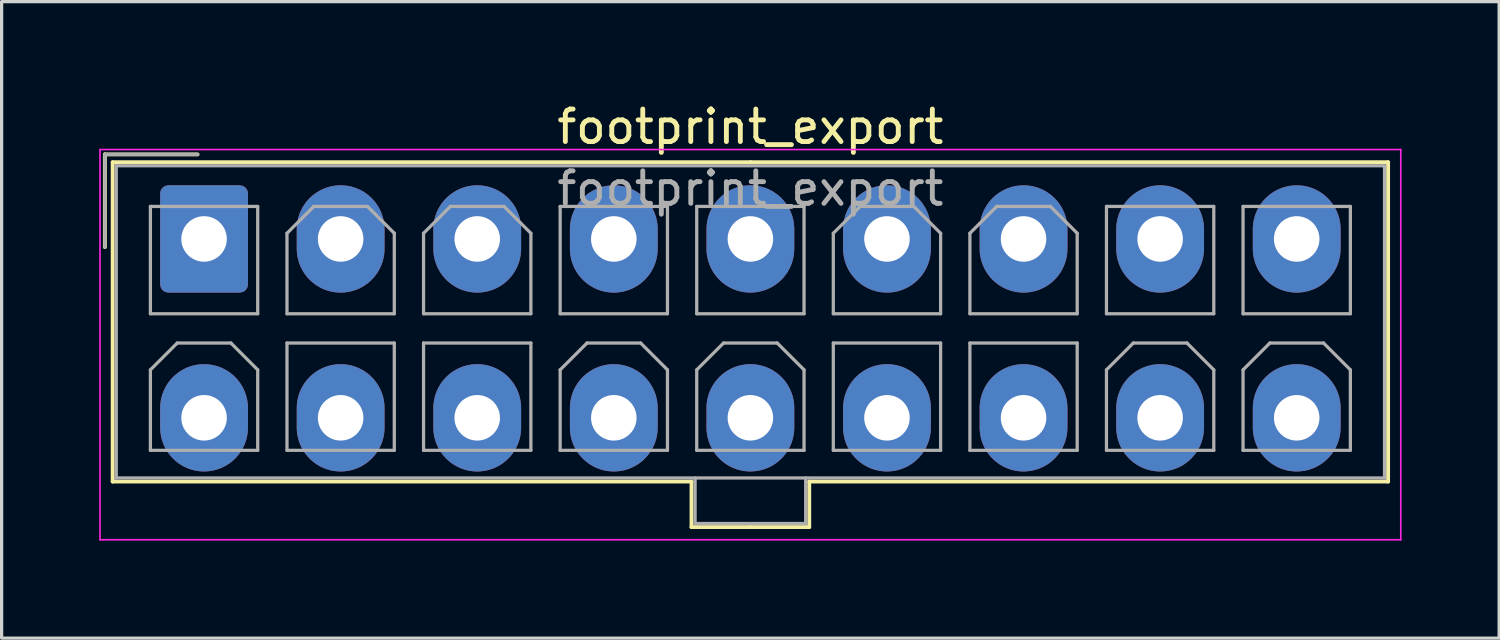
<source format=kicad_pcb>
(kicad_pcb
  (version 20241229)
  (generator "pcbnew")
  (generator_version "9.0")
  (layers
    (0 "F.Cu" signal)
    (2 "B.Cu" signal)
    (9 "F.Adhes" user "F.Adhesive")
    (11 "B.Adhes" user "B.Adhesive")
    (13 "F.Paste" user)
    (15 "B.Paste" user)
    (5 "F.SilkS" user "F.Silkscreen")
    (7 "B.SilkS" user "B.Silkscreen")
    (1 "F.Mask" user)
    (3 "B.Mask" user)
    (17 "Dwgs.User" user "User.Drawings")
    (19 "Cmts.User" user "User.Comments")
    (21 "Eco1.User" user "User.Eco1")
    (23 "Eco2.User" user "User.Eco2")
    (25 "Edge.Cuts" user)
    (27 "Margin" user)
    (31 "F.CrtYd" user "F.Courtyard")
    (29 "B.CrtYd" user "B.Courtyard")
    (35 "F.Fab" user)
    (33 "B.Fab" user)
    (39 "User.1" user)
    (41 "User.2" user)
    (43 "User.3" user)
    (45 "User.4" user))
  (footprint "footprint_export"
    (layer "F.Cu")
    (at 3.225 4.298)
    (property "Reference" "footprint_export" (at 16.8 -3.45 0) (layer "F.SilkS") (effects (font (size 1 1) (thickness 0.15))))
    (attr through_hole)
    (fp_line (start -3.05 -2.6) (end -3.05 0.25) (stroke (width 0.12) (type solid)) (layer "F.SilkS"))
    (fp_line (start -2.81 -2.36) (end -2.81 7.46) (stroke (width 0.12) (type solid)) (layer "F.SilkS"))
    (fp_line (start -2.81 7.46) (end 14.99 7.46) (stroke (width 0.12) (type solid)) (layer "F.SilkS"))
    (fp_line (start -0.2 -2.6) (end -3.05 -2.6) (stroke (width 0.12) (type solid)) (layer "F.SilkS"))
    (fp_line (start 14.99 7.46) (end 14.99 8.86) (stroke (width 0.12) (type solid)) (layer "F.SilkS"))
    (fp_line (start 14.99 8.86) (end 16.8 8.86) (stroke (width 0.12) (type solid)) (layer "F.SilkS"))
    (fp_line (start 16.8 -2.36) (end -2.81 -2.36) (stroke (width 0.12) (type solid)) (layer "F.SilkS"))
    (fp_line (start 16.8 -2.36) (end 36.41 -2.36) (stroke (width 0.12) (type solid)) (layer "F.SilkS"))
    (fp_line (start 18.61 7.46) (end 18.61 8.86) (stroke (width 0.12) (type solid)) (layer "F.SilkS"))
    (fp_line (start 18.61 8.86) (end 16.8 8.86) (stroke (width 0.12) (type solid)) (layer "F.SilkS"))
    (fp_line (start 36.41 -2.36) (end 36.41 7.46) (stroke (width 0.12) (type solid)) (layer "F.SilkS"))
    (fp_line (start 36.41 7.46) (end 18.61 7.46) (stroke (width 0.12) (type solid)) (layer "F.SilkS"))
    (fp_line (start -3.2 -2.75) (end -3.2 9.25) (stroke (width 0.05) (type solid)) (layer "F.CrtYd"))
    (fp_line (start -3.2 9.25) (end 36.8 9.25) (stroke (width 0.05) (type solid)) (layer "F.CrtYd"))
    (fp_line (start 36.8 -2.75) (end -3.2 -2.75) (stroke (width 0.05) (type solid)) (layer "F.CrtYd"))
    (fp_line (start 36.8 9.25) (end 36.8 -2.75) (stroke (width 0.05) (type solid)) (layer "F.CrtYd"))
    (fp_line (start -3.05 -2.6) (end -3.05 0.25) (stroke (width 0.1) (type solid)) (layer "F.Fab"))
    (fp_line (start -2.7 -2.25) (end -2.7 7.35) (stroke (width 0.1) (type solid)) (layer "F.Fab"))
    (fp_line (start -2.7 7.35) (end 36.3 7.35) (stroke (width 0.1) (type solid)) (layer "F.Fab"))
    (fp_line (start -1.65 -1) (end -1.65 2.3) (stroke (width 0.1) (type solid)) (layer "F.Fab"))
    (fp_line (start -1.65 2.3) (end 1.65 2.3) (stroke (width 0.1) (type solid)) (layer "F.Fab"))
    (fp_line (start -1.65 4.025) (end -0.825 3.2) (stroke (width 0.1) (type solid)) (layer "F.Fab"))
    (fp_line (start -1.65 6.5) (end -1.65 4.025) (stroke (width 0.1) (type solid)) (layer "F.Fab"))
    (fp_line (start -0.825 3.2) (end 0.825 3.2) (stroke (width 0.1) (type solid)) (layer "F.Fab"))
    (fp_line (start -0.2 -2.6) (end -3.05 -2.6) (stroke (width 0.1) (type solid)) (layer "F.Fab"))
    (fp_line (start 0.825 3.2) (end 1.65 4.025) (stroke (width 0.1) (type solid)) (layer "F.Fab"))
    (fp_line (start 1.65 -1) (end -1.65 -1) (stroke (width 0.1) (type solid)) (layer "F.Fab"))
    (fp_line (start 1.65 2.3) (end 1.65 -1) (stroke (width 0.1) (type solid)) (layer "F.Fab"))
    (fp_line (start 1.65 4.025) (end 1.65 6.5) (stroke (width 0.1) (type solid)) (layer "F.Fab"))
    (fp_line (start 1.65 6.5) (end -1.65 6.5) (stroke (width 0.1) (type solid)) (layer "F.Fab"))
    (fp_line (start 2.55 -0.175) (end 3.375 -1) (stroke (width 0.1) (type solid)) (layer "F.Fab"))
    (fp_line (start 2.55 2.3) (end 2.55 -0.175) (stroke (width 0.1) (type solid)) (layer "F.Fab"))
    (fp_line (start 2.55 3.2) (end 2.55 6.5) (stroke (width 0.1) (type solid)) (layer "F.Fab"))
    (fp_line (start 2.55 6.5) (end 5.85 6.5) (stroke (width 0.1) (type solid)) (layer "F.Fab"))
    (fp_line (start 3.375 -1) (end 5.025 -1) (stroke (width 0.1) (type solid)) (layer "F.Fab"))
    (fp_line (start 5.025 -1) (end 5.85 -0.175) (stroke (width 0.1) (type solid)) (layer "F.Fab"))
    (fp_line (start 5.85 -0.175) (end 5.85 2.3) (stroke (width 0.1) (type solid)) (layer "F.Fab"))
    (fp_line (start 5.85 2.3) (end 2.55 2.3) (stroke (width 0.1) (type solid)) (layer "F.Fab"))
    (fp_line (start 5.85 3.2) (end 2.55 3.2) (stroke (width 0.1) (type solid)) (layer "F.Fab"))
    (fp_line (start 5.85 6.5) (end 5.85 3.2) (stroke (width 0.1) (type solid)) (layer "F.Fab"))
    (fp_line (start 6.75 -0.175) (end 7.575 -1) (stroke (width 0.1) (type solid)) (layer "F.Fab"))
    (fp_line (start 6.75 2.3) (end 6.75 -0.175) (stroke (width 0.1) (type solid)) (layer "F.Fab"))
    (fp_line (start 6.75 3.2) (end 6.75 6.5) (stroke (width 0.1) (type solid)) (layer "F.Fab"))
    (fp_line (start 6.75 6.5) (end 10.05 6.5) (stroke (width 0.1) (type solid)) (layer "F.Fab"))
    (fp_line (start 7.575 -1) (end 9.225 -1) (stroke (width 0.1) (type solid)) (layer "F.Fab"))
    (fp_line (start 9.225 -1) (end 10.05 -0.175) (stroke (width 0.1) (type solid)) (layer "F.Fab"))
    (fp_line (start 10.05 -0.175) (end 10.05 2.3) (stroke (width 0.1) (type solid)) (layer "F.Fab"))
    (fp_line (start 10.05 2.3) (end 6.75 2.3) (stroke (width 0.1) (type solid)) (layer "F.Fab"))
    (fp_line (start 10.05 3.2) (end 6.75 3.2) (stroke (width 0.1) (type solid)) (layer "F.Fab"))
    (fp_line (start 10.05 6.5) (end 10.05 3.2) (stroke (width 0.1) (type solid)) (layer "F.Fab"))
    (fp_line (start 10.95 -1) (end 10.95 2.3) (stroke (width 0.1) (type solid)) (layer "F.Fab"))
    (fp_line (start 10.95 2.3) (end 14.25 2.3) (stroke (width 0.1) (type solid)) (layer "F.Fab"))
    (fp_line (start 10.95 4.025) (end 11.775 3.2) (stroke (width 0.1) (type solid)) (layer "F.Fab"))
    (fp_line (start 10.95 6.5) (end 10.95 4.025) (stroke (width 0.1) (type solid)) (layer "F.Fab"))
    (fp_line (start 11.775 3.2) (end 13.425 3.2) (stroke (width 0.1) (type solid)) (layer "F.Fab"))
    (fp_line (start 13.425 3.2) (end 14.25 4.025) (stroke (width 0.1) (type solid)) (layer "F.Fab"))
    (fp_line (start 14.25 -1) (end 10.95 -1) (stroke (width 0.1) (type solid)) (layer "F.Fab"))
    (fp_line (start 14.25 2.3) (end 14.25 -1) (stroke (width 0.1) (type solid)) (layer "F.Fab"))
    (fp_line (start 14.25 4.025) (end 14.25 6.5) (stroke (width 0.1) (type solid)) (layer "F.Fab"))
    (fp_line (start 14.25 6.5) (end 10.95 6.5) (stroke (width 0.1) (type solid)) (layer "F.Fab"))
    (fp_line (start 15.1 7.35) (end 15.1 8.75) (stroke (width 0.1) (type solid)) (layer "F.Fab"))
    (fp_line (start 15.1 8.75) (end 18.5 8.75) (stroke (width 0.1) (type solid)) (layer "F.Fab"))
    (fp_line (start 15.15 -1) (end 15.15 2.3) (stroke (width 0.1) (type solid)) (layer "F.Fab"))
    (fp_line (start 15.15 2.3) (end 18.45 2.3) (stroke (width 0.1) (type solid)) (layer "F.Fab"))
    (fp_line (start 15.15 4.025) (end 15.975 3.2) (stroke (width 0.1) (type solid)) (layer "F.Fab"))
    (fp_line (start 15.15 6.5) (end 15.15 4.025) (stroke (width 0.1) (type solid)) (layer "F.Fab"))
    (fp_line (start 15.975 3.2) (end 17.625 3.2) (stroke (width 0.1) (type solid)) (layer "F.Fab"))
    (fp_line (start 17.625 3.2) (end 18.45 4.025) (stroke (width 0.1) (type solid)) (layer "F.Fab"))
    (fp_line (start 18.45 -1) (end 15.15 -1) (stroke (width 0.1) (type solid)) (layer "F.Fab"))
    (fp_line (start 18.45 2.3) (end 18.45 -1) (stroke (width 0.1) (type solid)) (layer "F.Fab"))
    (fp_line (start 18.45 4.025) (end 18.45 6.5) (stroke (width 0.1) (type solid)) (layer "F.Fab"))
    (fp_line (start 18.45 6.5) (end 15.15 6.5) (stroke (width 0.1) (type solid)) (layer "F.Fab"))
    (fp_line (start 18.5 8.75) (end 18.5 7.35) (stroke (width 0.1) (type solid)) (layer "F.Fab"))
    (fp_line (start 19.35 -0.175) (end 20.175 -1) (stroke (width 0.1) (type solid)) (layer "F.Fab"))
    (fp_line (start 19.35 2.3) (end 19.35 -0.175) (stroke (width 0.1) (type solid)) (layer "F.Fab"))
    (fp_line (start 19.35 3.2) (end 19.35 6.5) (stroke (width 0.1) (type solid)) (layer "F.Fab"))
    (fp_line (start 19.35 6.5) (end 22.65 6.5) (stroke (width 0.1) (type solid)) (layer "F.Fab"))
    (fp_line (start 20.175 -1) (end 21.825 -1) (stroke (width 0.1) (type solid)) (layer "F.Fab"))
    (fp_line (start 21.825 -1) (end 22.65 -0.175) (stroke (width 0.1) (type solid)) (layer "F.Fab"))
    (fp_line (start 22.65 -0.175) (end 22.65 2.3) (stroke (width 0.1) (type solid)) (layer "F.Fab"))
    (fp_line (start 22.65 2.3) (end 19.35 2.3) (stroke (width 0.1) (type solid)) (layer "F.Fab"))
    (fp_line (start 22.65 3.2) (end 19.35 3.2) (stroke (width 0.1) (type solid)) (layer "F.Fab"))
    (fp_line (start 22.65 6.5) (end 22.65 3.2) (stroke (width 0.1) (type solid)) (layer "F.Fab"))
    (fp_line (start 23.55 -0.175) (end 24.375 -1) (stroke (width 0.1) (type solid)) (layer "F.Fab"))
    (fp_line (start 23.55 2.3) (end 23.55 -0.175) (stroke (width 0.1) (type solid)) (layer "F.Fab"))
    (fp_line (start 23.55 3.2) (end 23.55 6.5) (stroke (width 0.1) (type solid)) (layer "F.Fab"))
    (fp_line (start 23.55 6.5) (end 26.85 6.5) (stroke (width 0.1) (type solid)) (layer "F.Fab"))
    (fp_line (start 24.375 -1) (end 26.025 -1) (stroke (width 0.1) (type solid)) (layer "F.Fab"))
    (fp_line (start 26.025 -1) (end 26.85 -0.175) (stroke (width 0.1) (type solid)) (layer "F.Fab"))
    (fp_line (start 26.85 -0.175) (end 26.85 2.3) (stroke (width 0.1) (type solid)) (layer "F.Fab"))
    (fp_line (start 26.85 2.3) (end 23.55 2.3) (stroke (width 0.1) (type solid)) (layer "F.Fab"))
    (fp_line (start 26.85 3.2) (end 23.55 3.2) (stroke (width 0.1) (type solid)) (layer "F.Fab"))
    (fp_line (start 26.85 6.5) (end 26.85 3.2) (stroke (width 0.1) (type solid)) (layer "F.Fab"))
    (fp_line (start 27.75 -1) (end 27.75 2.3) (stroke (width 0.1) (type solid)) (layer "F.Fab"))
    (fp_line (start 27.75 2.3) (end 31.05 2.3) (stroke (width 0.1) (type solid)) (layer "F.Fab"))
    (fp_line (start 27.75 4.025) (end 28.575 3.2) (stroke (width 0.1) (type solid)) (layer "F.Fab"))
    (fp_line (start 27.75 6.5) (end 27.75 4.025) (stroke (width 0.1) (type solid)) (layer "F.Fab"))
    (fp_line (start 28.575 3.2) (end 30.225 3.2) (stroke (width 0.1) (type solid)) (layer "F.Fab"))
    (fp_line (start 30.225 3.2) (end 31.05 4.025) (stroke (width 0.1) (type solid)) (layer "F.Fab"))
    (fp_line (start 31.05 -1) (end 27.75 -1) (stroke (width 0.1) (type solid)) (layer "F.Fab"))
    (fp_line (start 31.05 2.3) (end 31.05 -1) (stroke (width 0.1) (type solid)) (layer "F.Fab"))
    (fp_line (start 31.05 4.025) (end 31.05 6.5) (stroke (width 0.1) (type solid)) (layer "F.Fab"))
    (fp_line (start 31.05 6.5) (end 27.75 6.5) (stroke (width 0.1) (type solid)) (layer "F.Fab"))
    (fp_line (start 31.95 -1) (end 31.95 2.3) (stroke (width 0.1) (type solid)) (layer "F.Fab"))
    (fp_line (start 31.95 2.3) (end 35.25 2.3) (stroke (width 0.1) (type solid)) (layer "F.Fab"))
    (fp_line (start 31.95 4.025) (end 32.775 3.2) (stroke (width 0.1) (type solid)) (layer "F.Fab"))
    (fp_line (start 31.95 6.5) (end 31.95 4.025) (stroke (width 0.1) (type solid)) (layer "F.Fab"))
    (fp_line (start 32.775 3.2) (end 34.425 3.2) (stroke (width 0.1) (type solid)) (layer "F.Fab"))
    (fp_line (start 34.425 3.2) (end 35.25 4.025) (stroke (width 0.1) (type solid)) (layer "F.Fab"))
    (fp_line (start 35.25 -1) (end 31.95 -1) (stroke (width 0.1) (type solid)) (layer "F.Fab"))
    (fp_line (start 35.25 2.3) (end 35.25 -1) (stroke (width 0.1) (type solid)) (layer "F.Fab"))
    (fp_line (start 35.25 4.025) (end 35.25 6.5) (stroke (width 0.1) (type solid)) (layer "F.Fab"))
    (fp_line (start 35.25 6.5) (end 31.95 6.5) (stroke (width 0.1) (type solid)) (layer "F.Fab"))
    (fp_line (start 36.3 -2.25) (end -2.7 -2.25) (stroke (width 0.1) (type solid)) (layer "F.Fab"))
    (fp_line (start 36.3 7.35) (end 36.3 -2.25) (stroke (width 0.1) (type solid)) (layer "F.Fab"))
    (fp_text user "${REFERENCE}" (at 16.8 -1.55 0) (layer "F.Fab") (effects (font (size 1 1) (thickness 0.15))))
    (pad "1" thru_hole roundrect (at 0 0) (size 2.7 3.3) (drill 1.4) (layers "*.Cu" "*.Mask") (roundrect_rratio 0.093))
    (pad "2" thru_hole oval (at 4.2 0) (size 2.7 3.3) (drill 1.4) (layers "*.Cu" "*.Mask"))
    (pad "3" thru_hole oval (at 8.4 0) (size 2.7 3.3) (drill 1.4) (layers "*.Cu" "*.Mask"))
    (pad "4" thru_hole oval (at 12.6 0) (size 2.7 3.3) (drill 1.4) (layers "*.Cu" "*.Mask"))
    (pad "5" thru_hole oval (at 16.8 0) (size 2.7 3.3) (drill 1.4) (layers "*.Cu" "*.Mask"))
    (pad "6" thru_hole oval (at 21 0) (size 2.7 3.3) (drill 1.4) (layers "*.Cu" "*.Mask"))
    (pad "7" thru_hole oval (at 25.2 0) (size 2.7 3.3) (drill 1.4) (layers "*.Cu" "*.Mask"))
    (pad "8" thru_hole oval (at 29.4 0) (size 2.7 3.3) (drill 1.4) (layers "*.Cu" "*.Mask"))
    (pad "9" thru_hole oval (at 33.6 0) (size 2.7 3.3) (drill 1.4) (layers "*.Cu" "*.Mask"))
    (pad "10" thru_hole oval (at 0 5.5) (size 2.7 3.3) (drill 1.4) (layers "*.Cu" "*.Mask"))
    (pad "11" thru_hole oval (at 4.2 5.5) (size 2.7 3.3) (drill 1.4) (layers "*.Cu" "*.Mask"))
    (pad "12" thru_hole oval (at 8.4 5.5) (size 2.7 3.3) (drill 1.4) (layers "*.Cu" "*.Mask"))
    (pad "13" thru_hole oval (at 12.6 5.5) (size 2.7 3.3) (drill 1.4) (layers "*.Cu" "*.Mask"))
    (pad "14" thru_hole oval (at 16.8 5.5) (size 2.7 3.3) (drill 1.4) (layers "*.Cu" "*.Mask"))
    (pad "15" thru_hole oval (at 21 5.5) (size 2.7 3.3) (drill 1.4) (layers "*.Cu" "*.Mask"))
    (pad "16" thru_hole oval (at 25.2 5.5) (size 2.7 3.3) (drill 1.4) (layers "*.Cu" "*.Mask"))
    (pad "17" thru_hole oval (at 29.4 5.5) (size 2.7 3.3) (drill 1.4) (layers "*.Cu" "*.Mask"))
    (pad "18" thru_hole oval (at 33.6 5.5) (size 2.7 3.3) (drill 1.4) (layers "*.Cu" "*.Mask")))
  (gr_rect
    (start -3 -3)
    (end 43.05 16.573)
    (stroke (width 0.1) (type default))
    (fill no)
    (layer "Edge.Cuts")))
</source>
